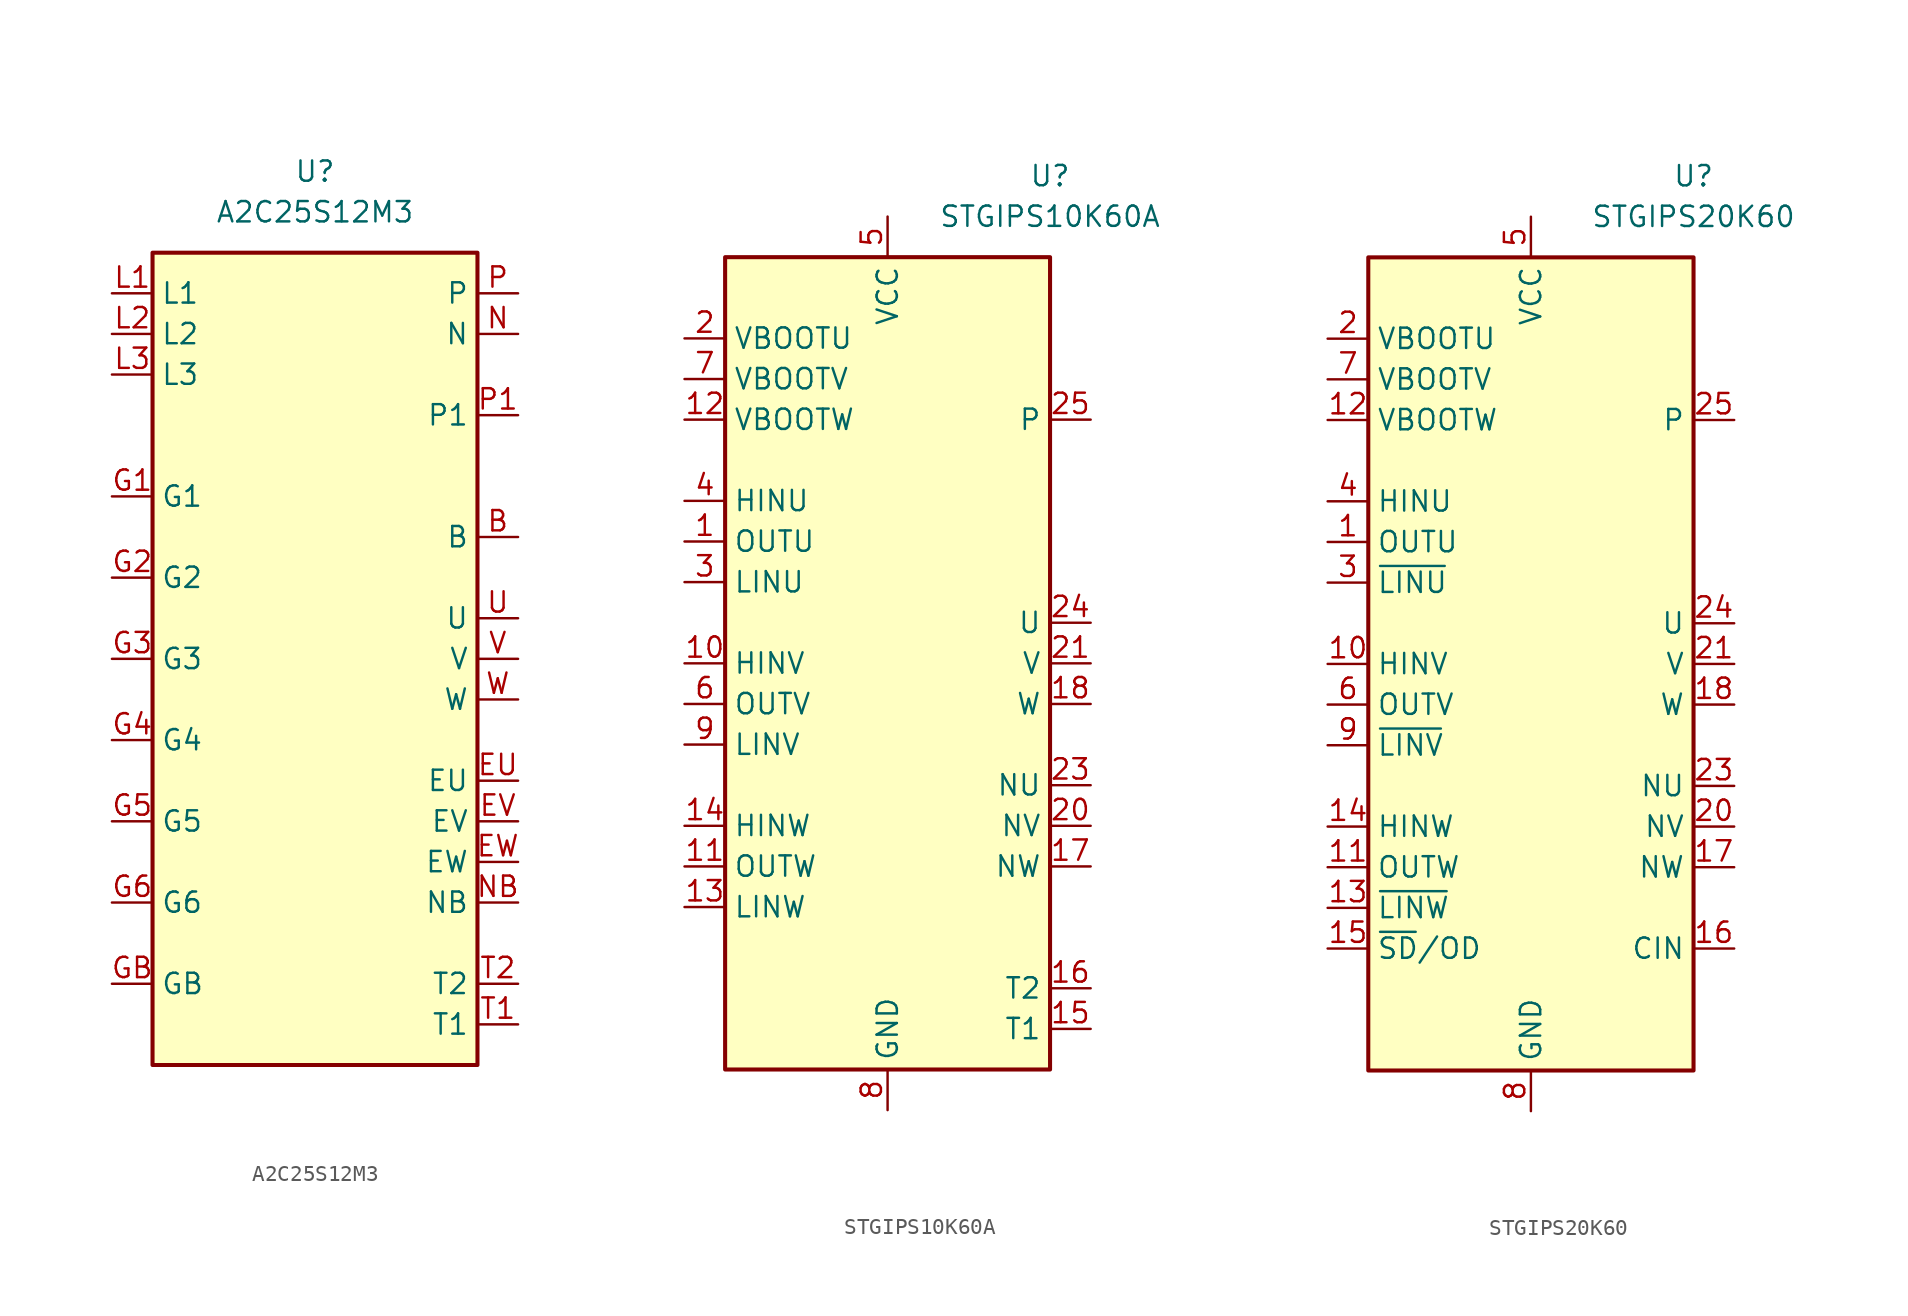
<source format=kicad_sym>
(kicad_symbol_lib
  (version 20241209)
  (generator "kicad_symbol_editor")
  (generator_version "9.0")
  (symbol "A2C25S12M3"
    (property "Reference" "U"
      (at 0 30.48 0)
      (effects (font (size 1.27 1.27))))
    (property "Value" "A2C25S12M3"
      (at 0 27.94 0)
      (effects (font (size 1.27 1.27))))
    (symbol "A2C25S12M3_1_1"
      (rectangle (start -10.16 25.4) (end 10.16 -25.4) (stroke (width 0.254) (type default)) (fill (type background)))
      (pin passive line (at -12.7 22.86 0) (length 2.54) (name "L1" (effects (font (size 1.27 1.27)))) (number "L1" (effects (font (size 1.27 1.27)))))
      (pin passive line (at -12.7 20.32 0) (length 2.54) (name "L2" (effects (font (size 1.27 1.27)))) (number "L2" (effects (font (size 1.27 1.27)))))
      (pin passive line (at -12.7 17.78 0) (length 2.54) (name "L3" (effects (font (size 1.27 1.27)))) (number "L3" (effects (font (size 1.27 1.27)))))
      (pin passive line (at -12.7 10.16 0) (length 2.54) (name "G1" (effects (font (size 1.27 1.27)))) (number "G1" (effects (font (size 1.27 1.27)))))
      (pin passive line (at -12.7 5.08 0) (length 2.54) (name "G2" (effects (font (size 1.27 1.27)))) (number "G2" (effects (font (size 1.27 1.27)))))
      (pin passive line (at -12.7 0 0) (length 2.54) (name "G3" (effects (font (size 1.27 1.27)))) (number "G3" (effects (font (size 1.27 1.27)))))
      (pin passive line (at -12.7 -5.08 0) (length 2.54) (name "G4" (effects (font (size 1.27 1.27)))) (number "G4" (effects (font (size 1.27 1.27)))))
      (pin passive line (at -12.7 -10.16 0) (length 2.54) (name "G5" (effects (font (size 1.27 1.27)))) (number "G5" (effects (font (size 1.27 1.27)))))
      (pin passive line (at -12.7 -15.24 0) (length 2.54) (name "G6" (effects (font (size 1.27 1.27)))) (number "G6" (effects (font (size 1.27 1.27)))))
      (pin passive line (at -12.7 -20.32 0) (length 2.54) (name "GB" (effects (font (size 1.27 1.27)))) (number "GB" (effects (font (size 1.27 1.27)))))
      (pin passive line (at 12.7 22.86 180) (length 2.54) (name "P" (effects (font (size 1.27 1.27)))) (number "P" (effects (font (size 1.27 1.27)))))
      (pin passive line (at 12.7 20.32 180) (length 2.54) (name "N" (effects (font (size 1.27 1.27)))) (number "N" (effects (font (size 1.27 1.27)))))
      (pin passive line (at 12.7 15.24 180) (length 2.54) (name "P1" (effects (font (size 1.27 1.27)))) (number "P1" (effects (font (size 1.27 1.27)))))
      (pin passive line (at 12.7 7.62 180) (length 2.54) (name "B" (effects (font (size 1.27 1.27)))) (number "B" (effects (font (size 1.27 1.27)))))
      (pin passive line (at 12.7 2.54 180) (length 2.54) (name "U" (effects (font (size 1.27 1.27)))) (number "U" (effects (font (size 1.27 1.27)))))
      (pin passive line (at 12.7 0 180) (length 2.54) (name "V" (effects (font (size 1.27 1.27)))) (number "V" (effects (font (size 1.27 1.27)))))
      (pin passive line (at 12.7 -2.54 180) (length 2.54) (name "W" (effects (font (size 1.27 1.27)))) (number "W" (effects (font (size 1.27 1.27)))))
      (pin passive line (at 12.7 -7.62 180) (length 2.54) (name "EU" (effects (font (size 1.27 1.27)))) (number "EU" (effects (font (size 1.27 1.27)))))
      (pin passive line (at 12.7 -10.16 180) (length 2.54) (name "EV" (effects (font (size 1.27 1.27)))) (number "EV" (effects (font (size 1.27 1.27)))))
      (pin passive line (at 12.7 -12.7 180) (length 2.54) (name "EW" (effects (font (size 1.27 1.27)))) (number "EW" (effects (font (size 1.27 1.27)))))
      (pin passive line (at 12.7 -15.24 180) (length 2.54) (name "NB" (effects (font (size 1.27 1.27)))) (number "NB" (effects (font (size 1.27 1.27)))))
      (pin passive line (at 12.7 -20.32 180) (length 2.54) (name "T2" (effects (font (size 1.27 1.27)))) (number "T2" (effects (font (size 1.27 1.27)))))
      (pin passive line (at 12.7 -22.86 180) (length 2.54) (name "T1" (effects (font (size 1.27 1.27)))) (number "T1" (effects (font (size 1.27 1.27)))))))
  (symbol "STGIPS10K60A"
    (property "Reference" "U"
      (at 10.16 30.48 0)
      (effects (font (size 1.27 1.27))))
    (property "Value" "STGIPS10K60A"
      (at 10.16 27.94 0)
      (effects (font (size 1.27 1.27))))
    (symbol "STGIPS10K60A_0_1"
      (rectangle (start -10.16 25.4) (end 10.16 -25.4) (stroke (width 0.254) (type default)) (fill (type background))))
    (symbol "STGIPS10K60A_1_1"
      (pin passive line (at -12.7 20.32 0) (length 2.54) (name "VBOOTU" (effects (font (size 1.27 1.27)))) (number "2" (effects (font (size 1.27 1.27)))))
      (pin passive line (at -12.7 17.78 0) (length 2.54) (name "VBOOTV" (effects (font (size 1.27 1.27)))) (number "7" (effects (font (size 1.27 1.27)))))
      (pin passive line (at -12.7 15.24 0) (length 2.54) (name "VBOOTW" (effects (font (size 1.27 1.27)))) (number "12" (effects (font (size 1.27 1.27)))))
      (pin input line (at -12.7 10.16 0) (length 2.54) (name "HINU" (effects (font (size 1.27 1.27)))) (number "4" (effects (font (size 1.27 1.27)))))
      (pin output line (at -12.7 7.62 0) (length 2.54) (name "OUTU" (effects (font (size 1.27 1.27)))) (number "1" (effects (font (size 1.27 1.27)))))
      (pin input line (at -12.7 5.08 0) (length 2.54) (name "LINU" (effects (font (size 1.27 1.27)))) (number "3" (effects (font (size 1.27 1.27)))))
      (pin input line (at -12.7 0 0) (length 2.54) (name "HINV" (effects (font (size 1.27 1.27)))) (number "10" (effects (font (size 1.27 1.27)))))
      (pin output line (at -12.7 -2.54 0) (length 2.54) (name "OUTV" (effects (font (size 1.27 1.27)))) (number "6" (effects (font (size 1.27 1.27)))))
      (pin input line (at -12.7 -5.08 0) (length 2.54) (name "LINV" (effects (font (size 1.27 1.27)))) (number "9" (effects (font (size 1.27 1.27)))))
      (pin input line (at -12.7 -10.16 0) (length 2.54) (name "HINW" (effects (font (size 1.27 1.27)))) (number "14" (effects (font (size 1.27 1.27)))))
      (pin output line (at -12.7 -12.7 0) (length 2.54) (name "OUTW" (effects (font (size 1.27 1.27)))) (number "11" (effects (font (size 1.27 1.27)))))
      (pin input line (at -12.7 -15.24 0) (length 2.54) (name "LINW" (effects (font (size 1.27 1.27)))) (number "13" (effects (font (size 1.27 1.27)))))
      (pin power_in line (at 0 27.94 270) (length 2.54) (name "VCC" (effects (font (size 1.27 1.27)))) (number "5" (effects (font (size 1.27 1.27)))))
      (pin power_in line (at 0 -27.94 90) (length 2.54) (name "GND" (effects (font (size 1.27 1.27)))) (number "8" (effects (font (size 1.27 1.27)))))
      (pin passive line (at 12.7 15.24 180) (length 2.54) (hide yes) (name "P" (effects (font (size 1.27 1.27)))) (number "19" (effects (font (size 1.27 1.27)))))
      (pin passive line (at 12.7 15.24 180) (length 2.54) (hide yes) (name "P" (effects (font (size 1.27 1.27)))) (number "22" (effects (font (size 1.27 1.27)))))
      (pin passive line (at 12.7 15.24 180) (length 2.54) (name "P" (effects (font (size 1.27 1.27)))) (number "25" (effects (font (size 1.27 1.27)))))
      (pin passive line (at 12.7 2.54 180) (length 2.54) (name "U" (effects (font (size 1.27 1.27)))) (number "24" (effects (font (size 1.27 1.27)))))
      (pin passive line (at 12.7 0 180) (length 2.54) (name "V" (effects (font (size 1.27 1.27)))) (number "21" (effects (font (size 1.27 1.27)))))
      (pin passive line (at 12.7 -2.54 180) (length 2.54) (name "W" (effects (font (size 1.27 1.27)))) (number "18" (effects (font (size 1.27 1.27)))))
      (pin passive line (at 12.7 -7.62 180) (length 2.54) (name "NU" (effects (font (size 1.27 1.27)))) (number "23" (effects (font (size 1.27 1.27)))))
      (pin passive line (at 12.7 -10.16 180) (length 2.54) (name "NV" (effects (font (size 1.27 1.27)))) (number "20" (effects (font (size 1.27 1.27)))))
      (pin passive line (at 12.7 -12.7 180) (length 2.54) (name "NW" (effects (font (size 1.27 1.27)))) (number "17" (effects (font (size 1.27 1.27)))))
      (pin passive line (at 12.7 -20.32 180) (length 2.54) (name "T2" (effects (font (size 1.27 1.27)))) (number "16" (effects (font (size 1.27 1.27)))))
      (pin passive line (at 12.7 -22.86 180) (length 2.54) (name "T1" (effects (font (size 1.27 1.27)))) (number "15" (effects (font (size 1.27 1.27)))))))
  (symbol "STGIPS20K60"
    (property "Reference" "U"
      (at 10.16 30.48 0)
      (effects (font (size 1.27 1.27))))
    (property "Value" "STGIPS20K60"
      (at 10.16 27.94 0)
      (effects (font (size 1.27 1.27))))
    (symbol "STGIPS20K60_0_1"
      (rectangle (start -10.16 25.4) (end 10.16 -25.4) (stroke (width 0.254) (type default)) (fill (type background))))
    (symbol "STGIPS20K60_1_1"
      (pin passive line (at -12.7 20.32 0) (length 2.54) (name "VBOOTU" (effects (font (size 1.27 1.27)))) (number "2" (effects (font (size 1.27 1.27)))))
      (pin passive line (at -12.7 17.78 0) (length 2.54) (name "VBOOTV" (effects (font (size 1.27 1.27)))) (number "7" (effects (font (size 1.27 1.27)))))
      (pin passive line (at -12.7 15.24 0) (length 2.54) (name "VBOOTW" (effects (font (size 1.27 1.27)))) (number "12" (effects (font (size 1.27 1.27)))))
      (pin input line (at -12.7 10.16 0) (length 2.54) (name "HINU" (effects (font (size 1.27 1.27)))) (number "4" (effects (font (size 1.27 1.27)))))
      (pin output line (at -12.7 7.62 0) (length 2.54) (name "OUTU" (effects (font (size 1.27 1.27)))) (number "1" (effects (font (size 1.27 1.27)))))
      (pin input line (at -12.7 5.08 0) (length 2.54) (name "~{LINU}" (effects (font (size 1.27 1.27)))) (number "3" (effects (font (size 1.27 1.27)))))
      (pin input line (at -12.7 0 0) (length 2.54) (name "HINV" (effects (font (size 1.27 1.27)))) (number "10" (effects (font (size 1.27 1.27)))))
      (pin output line (at -12.7 -2.54 0) (length 2.54) (name "OUTV" (effects (font (size 1.27 1.27)))) (number "6" (effects (font (size 1.27 1.27)))))
      (pin input line (at -12.7 -5.08 0) (length 2.54) (name "~{LINV}" (effects (font (size 1.27 1.27)))) (number "9" (effects (font (size 1.27 1.27)))))
      (pin input line (at -12.7 -10.16 0) (length 2.54) (name "HINW" (effects (font (size 1.27 1.27)))) (number "14" (effects (font (size 1.27 1.27)))))
      (pin output line (at -12.7 -12.7 0) (length 2.54) (name "OUTW" (effects (font (size 1.27 1.27)))) (number "11" (effects (font (size 1.27 1.27)))))
      (pin input line (at -12.7 -15.24 0) (length 2.54) (name "~{LINW}" (effects (font (size 1.27 1.27)))) (number "13" (effects (font (size 1.27 1.27)))))
      (pin input line (at -12.7 -17.78 0) (length 2.54) (name "~{SD}/OD" (effects (font (size 1.27 1.27)))) (number "15" (effects (font (size 1.27 1.27)))))
      (pin power_in line (at 0 27.94 270) (length 2.54) (name "VCC" (effects (font (size 1.27 1.27)))) (number "5" (effects (font (size 1.27 1.27)))))
      (pin power_in line (at 0 -27.94 90) (length 2.54) (name "GND" (effects (font (size 1.27 1.27)))) (number "8" (effects (font (size 1.27 1.27)))))
      (pin passive line (at 12.7 15.24 180) (length 2.54) (hide yes) (name "P" (effects (font (size 1.27 1.27)))) (number "19" (effects (font (size 1.27 1.27)))))
      (pin passive line (at 12.7 15.24 180) (length 2.54) (hide yes) (name "P" (effects (font (size 1.27 1.27)))) (number "22" (effects (font (size 1.27 1.27)))))
      (pin passive line (at 12.7 15.24 180) (length 2.54) (name "P" (effects (font (size 1.27 1.27)))) (number "25" (effects (font (size 1.27 1.27)))))
      (pin passive line (at 12.7 2.54 180) (length 2.54) (name "U" (effects (font (size 1.27 1.27)))) (number "24" (effects (font (size 1.27 1.27)))))
      (pin passive line (at 12.7 0 180) (length 2.54) (name "V" (effects (font (size 1.27 1.27)))) (number "21" (effects (font (size 1.27 1.27)))))
      (pin passive line (at 12.7 -2.54 180) (length 2.54) (name "W" (effects (font (size 1.27 1.27)))) (number "18" (effects (font (size 1.27 1.27)))))
      (pin passive line (at 12.7 -7.62 180) (length 2.54) (name "NU" (effects (font (size 1.27 1.27)))) (number "23" (effects (font (size 1.27 1.27)))))
      (pin passive line (at 12.7 -10.16 180) (length 2.54) (name "NV" (effects (font (size 1.27 1.27)))) (number "20" (effects (font (size 1.27 1.27)))))
      (pin passive line (at 12.7 -12.7 180) (length 2.54) (name "NW" (effects (font (size 1.27 1.27)))) (number "17" (effects (font (size 1.27 1.27)))))
      (pin input line (at 12.7 -17.78 180) (length 2.54) (name "CIN" (effects (font (size 1.27 1.27)))) (number "16" (effects (font (size 1.27 1.27))))))))
</source>
